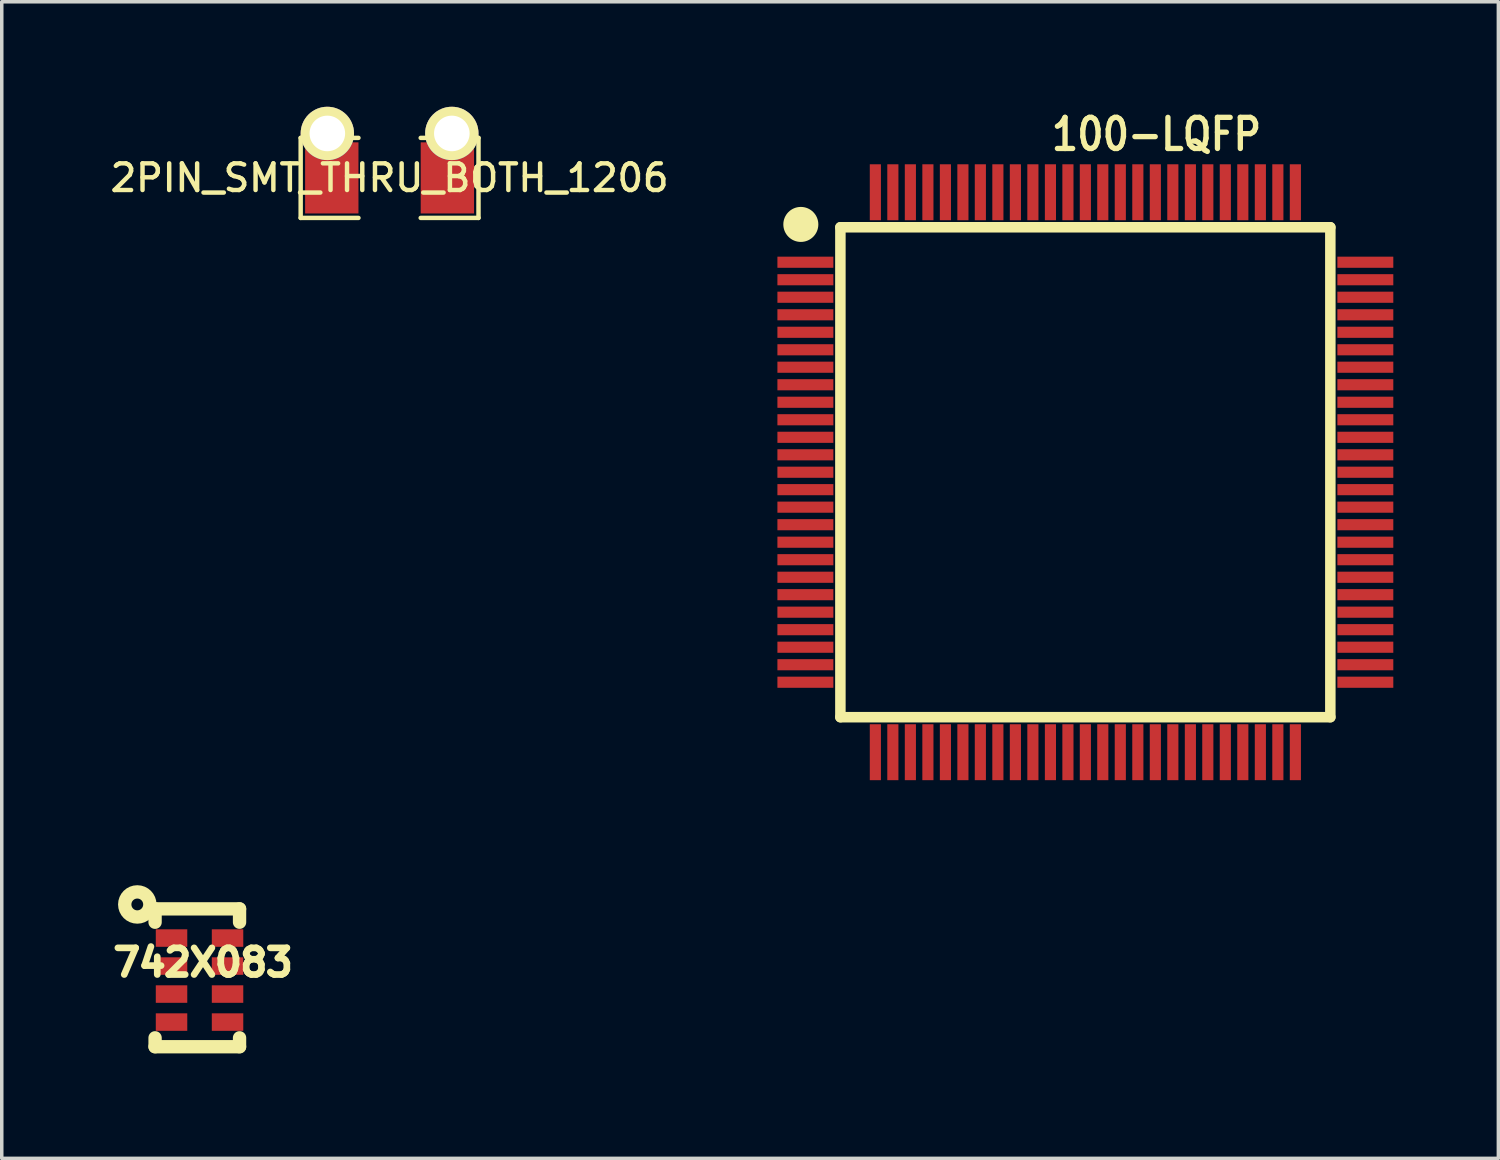
<source format=kicad_pcb>
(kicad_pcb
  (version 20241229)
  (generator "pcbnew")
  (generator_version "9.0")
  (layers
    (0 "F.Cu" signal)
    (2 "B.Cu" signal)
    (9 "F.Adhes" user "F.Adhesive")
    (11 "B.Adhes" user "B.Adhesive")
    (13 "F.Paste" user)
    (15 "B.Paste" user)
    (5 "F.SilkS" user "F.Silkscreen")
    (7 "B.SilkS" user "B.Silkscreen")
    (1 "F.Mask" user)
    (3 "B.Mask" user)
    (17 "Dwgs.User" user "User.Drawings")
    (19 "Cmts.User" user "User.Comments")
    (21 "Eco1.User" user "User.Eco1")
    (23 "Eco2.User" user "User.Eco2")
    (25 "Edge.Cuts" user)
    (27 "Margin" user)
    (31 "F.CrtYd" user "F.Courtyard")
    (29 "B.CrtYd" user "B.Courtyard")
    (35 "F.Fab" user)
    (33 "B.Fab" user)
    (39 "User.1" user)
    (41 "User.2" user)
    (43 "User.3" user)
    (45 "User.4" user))
  (footprint "742X083"
    (layer "F.Cu")
    (at 2.65 24.946)
    (property "Reference" "742X083" (at 0.099 -0.5 0) (layer "F.SilkS") (effects (font (size 0.762 0.762) (thickness 0.191))))
    (attr through_hole)
    (fp_line (start -1.27 -2.032) (end 1.143 -2.032) (stroke (width 0.381) (type solid)) (layer "F.SilkS"))
    (fp_line (start -1.27 -1.651) (end -1.27 -2.032) (stroke (width 0.381) (type solid)) (layer "F.SilkS"))
    (fp_line (start -1.27 1.651) (end -1.27 1.905) (stroke (width 0.381) (type solid)) (layer "F.SilkS"))
    (fp_line (start -1.27 1.905) (end 1.143 1.905) (stroke (width 0.381) (type solid)) (layer "F.SilkS"))
    (fp_line (start 1.143 -2.032) (end 1.143 -1.651) (stroke (width 0.381) (type solid)) (layer "F.SilkS"))
    (fp_line (start 1.143 1.905) (end 1.143 1.651) (stroke (width 0.381) (type solid)) (layer "F.SilkS"))
    (fp_circle (center -1.778 -2.159) (end -1.524 -1.905) (stroke (width 0.381) (type solid)) (fill no) (layer "F.SilkS"))
    (pad "1" smd rect (at -0.8 -1.199) (size 0.899 0.5) (layers "F.Cu" "F.Mask" "F.Paste"))
    (pad "2" smd rect (at -0.8 -0.399) (size 0.899 0.5) (layers "F.Cu" "F.Mask" "F.Paste"))
    (pad "3" smd rect (at -0.8 0.401) (size 0.899 0.5) (layers "F.Cu" "F.Mask" "F.Paste"))
    (pad "4" smd rect (at -0.8 1.201) (size 0.899 0.5) (layers "F.Cu" "F.Mask" "F.Paste"))
    (pad "5" smd rect (at 0.8 1.201) (size 0.899 0.5) (layers "F.Cu" "F.Mask" "F.Paste"))
    (pad "6" smd rect (at 0.8 0.401) (size 0.899 0.5) (layers "F.Cu" "F.Mask" "F.Paste"))
    (pad "7" smd rect (at 0.8 -0.399) (size 0.899 0.5) (layers "F.Cu" "F.Mask" "F.Paste"))
    (pad "8" smd rect (at 0.8 -1.199) (size 0.899 0.5) (layers "F.Cu" "F.Mask" "F.Paste")))
  (footprint "2PIN_SMT_THRU_BOTH_1206"
    (layer "F.Cu")
    (at 8.079 2.032)
    (property "Reference" "2PIN_SMT_THRU_BOTH_1206" (at 0 0 0) (layer "F.SilkS") (effects (font (size 0.762 0.762) (thickness 0.127))))
    (attr smd)
    (fp_line (start -2.54 -1.143) (end -2.54 1.143) (stroke (width 0.127) (type solid)) (layer "F.SilkS"))
    (fp_line (start -2.54 1.143) (end -0.889 1.143) (stroke (width 0.127) (type solid)) (layer "F.SilkS"))
    (fp_line (start -0.889 -1.143) (end -2.54 -1.143) (stroke (width 0.127) (type solid)) (layer "F.SilkS"))
    (fp_line (start 0.889 -1.143) (end 2.54 -1.143) (stroke (width 0.127) (type solid)) (layer "F.SilkS"))
    (fp_line (start 2.54 -1.143) (end 2.54 1.143) (stroke (width 0.127) (type solid)) (layer "F.SilkS"))
    (fp_line (start 2.54 1.143) (end 0.889 1.143) (stroke (width 0.127) (type solid)) (layer "F.SilkS"))
    (pad "1" thru_hole circle (at -1.778 -1.27) (size 1.524 1.524) (drill 1.016) (layers "*.Cu" "*.Mask" "F.SilkS"))
    (pad "1" smd rect (at -1.651 0) (size 1.524 2.032) (layers "F.Cu" "F.Mask" "F.Paste"))
    (pad "2" smd rect (at 1.651 0) (size 1.524 2.032) (layers "F.Cu" "F.Mask" "F.Paste"))
    (pad "2" thru_hole circle (at 1.778 -1.27) (size 1.524 1.524) (drill 1.016) (layers "*.Cu" "*.Mask" "F.SilkS")))
  (footprint "100-LQFP"
    (layer "F.Cu")
    (at 27.955 10.44)
    (property "Reference" "100-LQFP" (at 2.032 -9.652 0) (layer "F.SilkS") (effects (font (size 0.889 0.762) (thickness 0.152))))
    (attr through_hole)
    (fp_line (start -8.128 -7.079) (end -8.128 -7.079) (stroke (width 1) (type solid)) (layer "F.SilkS"))
    (fp_line (start -6.998 -6.998) (end -6.998 6.998) (stroke (width 0.3) (type solid)) (layer "F.SilkS"))
    (fp_line (start 6.998 -6.998) (end -6.998 -6.998) (stroke (width 0.3) (type solid)) (layer "F.SilkS"))
    (fp_line (start 6.998 -6.998) (end 6.998 6.998) (stroke (width 0.3) (type solid)) (layer "F.SilkS"))
    (fp_line (start 6.998 6.998) (end -6.998 6.998) (stroke (width 0.3) (type solid)) (layer "F.SilkS"))
    (pad "1" smd rect (at -7.998 -5.999 90) (size 0.318 1.598) (layers "F.Cu" "F.Mask" "F.Paste"))
    (pad "2" smd rect (at -7.998 -5.499 90) (size 0.318 1.598) (layers "F.Cu" "F.Mask" "F.Paste"))
    (pad "3" smd rect (at -7.998 -4.999 90) (size 0.318 1.598) (layers "F.Cu" "F.Mask" "F.Paste"))
    (pad "4" smd rect (at -7.998 -4.498 90) (size 0.318 1.598) (layers "F.Cu" "F.Mask" "F.Paste"))
    (pad "5" smd rect (at -7.998 -3.998 90) (size 0.318 1.598) (layers "F.Cu" "F.Mask" "F.Paste"))
    (pad "6" smd rect (at -7.998 -3.498 90) (size 0.318 1.598) (layers "F.Cu" "F.Mask" "F.Paste"))
    (pad "7" smd rect (at -7.998 -3 90) (size 0.318 1.598) (layers "F.Cu" "F.Mask" "F.Paste"))
    (pad "8" smd rect (at -7.998 -2.499 90) (size 0.318 1.598) (layers "F.Cu" "F.Mask" "F.Paste"))
    (pad "9" smd rect (at -7.998 -1.999 90) (size 0.318 1.598) (layers "F.Cu" "F.Mask" "F.Paste"))
    (pad "10" smd rect (at -7.998 -1.499 90) (size 0.318 1.598) (layers "F.Cu" "F.Mask" "F.Paste"))
    (pad "11" smd rect (at -7.998 -0.998 90) (size 0.318 1.598) (layers "F.Cu" "F.Mask" "F.Paste"))
    (pad "12" smd rect (at -7.998 -0.498 90) (size 0.318 1.598) (layers "F.Cu" "F.Mask" "F.Paste"))
    (pad "13" smd rect (at -7.998 0 90) (size 0.318 1.598) (layers "F.Cu" "F.Mask" "F.Paste"))
    (pad "14" smd rect (at -7.998 0.498 90) (size 0.318 1.598) (layers "F.Cu" "F.Mask" "F.Paste"))
    (pad "15" smd rect (at -7.998 0.998 90) (size 0.318 1.598) (layers "F.Cu" "F.Mask" "F.Paste"))
    (pad "16" smd rect (at -7.998 1.499 90) (size 0.318 1.598) (layers "F.Cu" "F.Mask" "F.Paste"))
    (pad "17" smd rect (at -7.998 1.999 90) (size 0.318 1.598) (layers "F.Cu" "F.Mask" "F.Paste"))
    (pad "18" smd rect (at -7.998 2.499 90) (size 0.318 1.598) (layers "F.Cu" "F.Mask" "F.Paste"))
    (pad "19" smd rect (at -7.998 3 90) (size 0.318 1.598) (layers "F.Cu" "F.Mask" "F.Paste"))
    (pad "20" smd rect (at -7.998 3.498 90) (size 0.318 1.598) (layers "F.Cu" "F.Mask" "F.Paste"))
    (pad "21" smd rect (at -7.998 3.998 90) (size 0.318 1.598) (layers "F.Cu" "F.Mask" "F.Paste"))
    (pad "22" smd rect (at -7.998 4.498 90) (size 0.318 1.598) (layers "F.Cu" "F.Mask" "F.Paste"))
    (pad "23" smd rect (at -7.998 4.999 90) (size 0.318 1.598) (layers "F.Cu" "F.Mask" "F.Paste"))
    (pad "24" smd rect (at -7.998 5.499 90) (size 0.318 1.598) (layers "F.Cu" "F.Mask" "F.Paste"))
    (pad "25" smd rect (at -7.998 5.999 90) (size 0.318 1.598) (layers "F.Cu" "F.Mask" "F.Paste"))
    (pad "26" smd rect (at -5.999 7.998 180) (size 0.318 1.598) (layers "F.Cu" "F.Mask" "F.Paste"))
    (pad "27" smd rect (at -5.499 7.998 180) (size 0.318 1.598) (layers "F.Cu" "F.Mask" "F.Paste"))
    (pad "28" smd rect (at -4.999 7.998 180) (size 0.318 1.598) (layers "F.Cu" "F.Mask" "F.Paste"))
    (pad "29" smd rect (at -4.498 7.998 180) (size 0.318 1.598) (layers "F.Cu" "F.Mask" "F.Paste"))
    (pad "30" smd rect (at -3.998 7.998 180) (size 0.318 1.598) (layers "F.Cu" "F.Mask" "F.Paste"))
    (pad "31" smd rect (at -3.498 7.998 180) (size 0.318 1.598) (layers "F.Cu" "F.Mask" "F.Paste"))
    (pad "32" smd rect (at -3 7.998 180) (size 0.318 1.598) (layers "F.Cu" "F.Mask" "F.Paste"))
    (pad "33" smd rect (at -2.499 7.998 180) (size 0.318 1.598) (layers "F.Cu" "F.Mask" "F.Paste"))
    (pad "34" smd rect (at -1.999 7.998 180) (size 0.318 1.598) (layers "F.Cu" "F.Mask" "F.Paste"))
    (pad "35" smd rect (at -1.499 7.998 180) (size 0.318 1.598) (layers "F.Cu" "F.Mask" "F.Paste"))
    (pad "36" smd rect (at -0.998 7.998 180) (size 0.318 1.598) (layers "F.Cu" "F.Mask" "F.Paste"))
    (pad "37" smd rect (at -0.498 7.998 180) (size 0.318 1.598) (layers "F.Cu" "F.Mask" "F.Paste"))
    (pad "38" smd rect (at 0 7.998 180) (size 0.318 1.598) (layers "F.Cu" "F.Mask" "F.Paste"))
    (pad "39" smd rect (at 0.498 7.998 180) (size 0.318 1.598) (layers "F.Cu" "F.Mask" "F.Paste"))
    (pad "40" smd rect (at 0.998 7.998 180) (size 0.318 1.598) (layers "F.Cu" "F.Mask" "F.Paste"))
    (pad "41" smd rect (at 1.499 7.998 180) (size 0.318 1.598) (layers "F.Cu" "F.Mask" "F.Paste"))
    (pad "42" smd rect (at 1.999 7.998 180) (size 0.318 1.598) (layers "F.Cu" "F.Mask" "F.Paste"))
    (pad "43" smd rect (at 2.499 7.998 180) (size 0.318 1.598) (layers "F.Cu" "F.Mask" "F.Paste"))
    (pad "44" smd rect (at 3 7.998 180) (size 0.318 1.598) (layers "F.Cu" "F.Mask" "F.Paste"))
    (pad "45" smd rect (at 3.498 7.998 180) (size 0.318 1.598) (layers "F.Cu" "F.Mask" "F.Paste"))
    (pad "46" smd rect (at 3.998 7.998 180) (size 0.318 1.598) (layers "F.Cu" "F.Mask" "F.Paste"))
    (pad "47" smd rect (at 4.498 7.998 180) (size 0.318 1.598) (layers "F.Cu" "F.Mask" "F.Paste"))
    (pad "48" smd rect (at 4.999 7.998 180) (size 0.318 1.598) (layers "F.Cu" "F.Mask" "F.Paste"))
    (pad "49" smd rect (at 5.499 7.998 180) (size 0.318 1.598) (layers "F.Cu" "F.Mask" "F.Paste"))
    (pad "50" smd rect (at 5.999 7.998 180) (size 0.318 1.598) (layers "F.Cu" "F.Mask" "F.Paste"))
    (pad "51" smd rect (at 7.998 5.999 270) (size 0.318 1.598) (layers "F.Cu" "F.Mask" "F.Paste"))
    (pad "52" smd rect (at 7.998 5.499 270) (size 0.318 1.598) (layers "F.Cu" "F.Mask" "F.Paste"))
    (pad "53" smd rect (at 7.998 4.999 270) (size 0.318 1.598) (layers "F.Cu" "F.Mask" "F.Paste"))
    (pad "54" smd rect (at 7.998 4.498 270) (size 0.318 1.598) (layers "F.Cu" "F.Mask" "F.Paste"))
    (pad "55" smd rect (at 7.998 3.998 270) (size 0.318 1.598) (layers "F.Cu" "F.Mask" "F.Paste"))
    (pad "56" smd rect (at 7.998 3.498 270) (size 0.318 1.598) (layers "F.Cu" "F.Mask" "F.Paste"))
    (pad "57" smd rect (at 7.998 3 270) (size 0.318 1.598) (layers "F.Cu" "F.Mask" "F.Paste"))
    (pad "58" smd rect (at 7.998 2.499 270) (size 0.318 1.598) (layers "F.Cu" "F.Mask" "F.Paste"))
    (pad "59" smd rect (at 7.998 1.999 270) (size 0.318 1.598) (layers "F.Cu" "F.Mask" "F.Paste"))
    (pad "60" smd rect (at 7.998 1.499 270) (size 0.318 1.598) (layers "F.Cu" "F.Mask" "F.Paste"))
    (pad "61" smd rect (at 7.998 0.998 270) (size 0.318 1.598) (layers "F.Cu" "F.Mask" "F.Paste"))
    (pad "62" smd rect (at 7.998 0.498 270) (size 0.318 1.598) (layers "F.Cu" "F.Mask" "F.Paste"))
    (pad "63" smd rect (at 7.998 0 270) (size 0.318 1.598) (layers "F.Cu" "F.Mask" "F.Paste"))
    (pad "64" smd rect (at 7.998 -0.498 270) (size 0.318 1.598) (layers "F.Cu" "F.Mask" "F.Paste"))
    (pad "65" smd rect (at 7.998 -0.998 270) (size 0.318 1.598) (layers "F.Cu" "F.Mask" "F.Paste"))
    (pad "66" smd rect (at 7.998 -1.499 270) (size 0.318 1.598) (layers "F.Cu" "F.Mask" "F.Paste"))
    (pad "67" smd rect (at 7.998 -1.999 270) (size 0.318 1.598) (layers "F.Cu" "F.Mask" "F.Paste"))
    (pad "68" smd rect (at 7.998 -2.499 270) (size 0.318 1.598) (layers "F.Cu" "F.Mask" "F.Paste"))
    (pad "69" smd rect (at 7.998 -3 270) (size 0.318 1.598) (layers "F.Cu" "F.Mask" "F.Paste"))
    (pad "70" smd rect (at 7.998 -3.498 270) (size 0.318 1.598) (layers "F.Cu" "F.Mask" "F.Paste"))
    (pad "71" smd rect (at 7.998 -3.998 270) (size 0.318 1.598) (layers "F.Cu" "F.Mask" "F.Paste"))
    (pad "72" smd rect (at 7.998 -4.498 270) (size 0.318 1.598) (layers "F.Cu" "F.Mask" "F.Paste"))
    (pad "73" smd rect (at 7.998 -4.999 270) (size 0.318 1.598) (layers "F.Cu" "F.Mask" "F.Paste"))
    (pad "74" smd rect (at 7.998 -5.499 270) (size 0.318 1.598) (layers "F.Cu" "F.Mask" "F.Paste"))
    (pad "75" smd rect (at 7.998 -5.999 270) (size 0.318 1.598) (layers "F.Cu" "F.Mask" "F.Paste"))
    (pad "76" smd rect (at 5.999 -7.998) (size 0.318 1.598) (layers "F.Cu" "F.Mask" "F.Paste"))
    (pad "77" smd rect (at 5.499 -7.998) (size 0.318 1.598) (layers "F.Cu" "F.Mask" "F.Paste"))
    (pad "78" smd rect (at 4.999 -7.998) (size 0.318 1.598) (layers "F.Cu" "F.Mask" "F.Paste"))
    (pad "79" smd rect (at 4.498 -7.998) (size 0.318 1.598) (layers "F.Cu" "F.Mask" "F.Paste"))
    (pad "80" smd rect (at 3.998 -7.998) (size 0.318 1.598) (layers "F.Cu" "F.Mask" "F.Paste"))
    (pad "81" smd rect (at 3.498 -7.998) (size 0.318 1.598) (layers "F.Cu" "F.Mask" "F.Paste"))
    (pad "82" smd rect (at 3 -7.998) (size 0.318 1.598) (layers "F.Cu" "F.Mask" "F.Paste"))
    (pad "83" smd rect (at 2.499 -7.998) (size 0.318 1.598) (layers "F.Cu" "F.Mask" "F.Paste"))
    (pad "84" smd rect (at 1.999 -7.998) (size 0.318 1.598) (layers "F.Cu" "F.Mask" "F.Paste"))
    (pad "85" smd rect (at 1.499 -7.998) (size 0.318 1.598) (layers "F.Cu" "F.Mask" "F.Paste"))
    (pad "86" smd rect (at 0.998 -7.998) (size 0.318 1.598) (layers "F.Cu" "F.Mask" "F.Paste"))
    (pad "87" smd rect (at 0.498 -7.998) (size 0.318 1.598) (layers "F.Cu" "F.Mask" "F.Paste"))
    (pad "88" smd rect (at 0 -7.998) (size 0.318 1.598) (layers "F.Cu" "F.Mask" "F.Paste"))
    (pad "89" smd rect (at -0.498 -7.998) (size 0.318 1.598) (layers "F.Cu" "F.Mask" "F.Paste"))
    (pad "90" smd rect (at -0.998 -7.998) (size 0.318 1.598) (layers "F.Cu" "F.Mask" "F.Paste"))
    (pad "91" smd rect (at -1.499 -7.998) (size 0.318 1.598) (layers "F.Cu" "F.Mask" "F.Paste"))
    (pad "92" smd rect (at -1.999 -7.998) (size 0.318 1.598) (layers "F.Cu" "F.Mask" "F.Paste"))
    (pad "93" smd rect (at -2.499 -7.998) (size 0.318 1.598) (layers "F.Cu" "F.Mask" "F.Paste"))
    (pad "94" smd rect (at -3 -7.998) (size 0.318 1.598) (layers "F.Cu" "F.Mask" "F.Paste"))
    (pad "95" smd rect (at -3.498 -7.998) (size 0.318 1.598) (layers "F.Cu" "F.Mask" "F.Paste"))
    (pad "96" smd rect (at -3.998 -7.998) (size 0.318 1.598) (layers "F.Cu" "F.Mask" "F.Paste"))
    (pad "97" smd rect (at -4.498 -7.998) (size 0.318 1.598) (layers "F.Cu" "F.Mask" "F.Paste"))
    (pad "98" smd rect (at -4.999 -7.998) (size 0.318 1.598) (layers "F.Cu" "F.Mask" "F.Paste"))
    (pad "99" smd rect (at -5.499 -7.998) (size 0.318 1.598) (layers "F.Cu" "F.Mask" "F.Paste"))
    (pad "100" smd rect (at -5.999 -7.998) (size 0.318 1.598) (layers "F.Cu" "F.Mask" "F.Paste")))
  (gr_rect
    (start -3 -3)
    (end 39.753 30.041)
    (stroke (width 0.1) (type default))
    (fill no)
    (layer "Edge.Cuts")))
</source>
